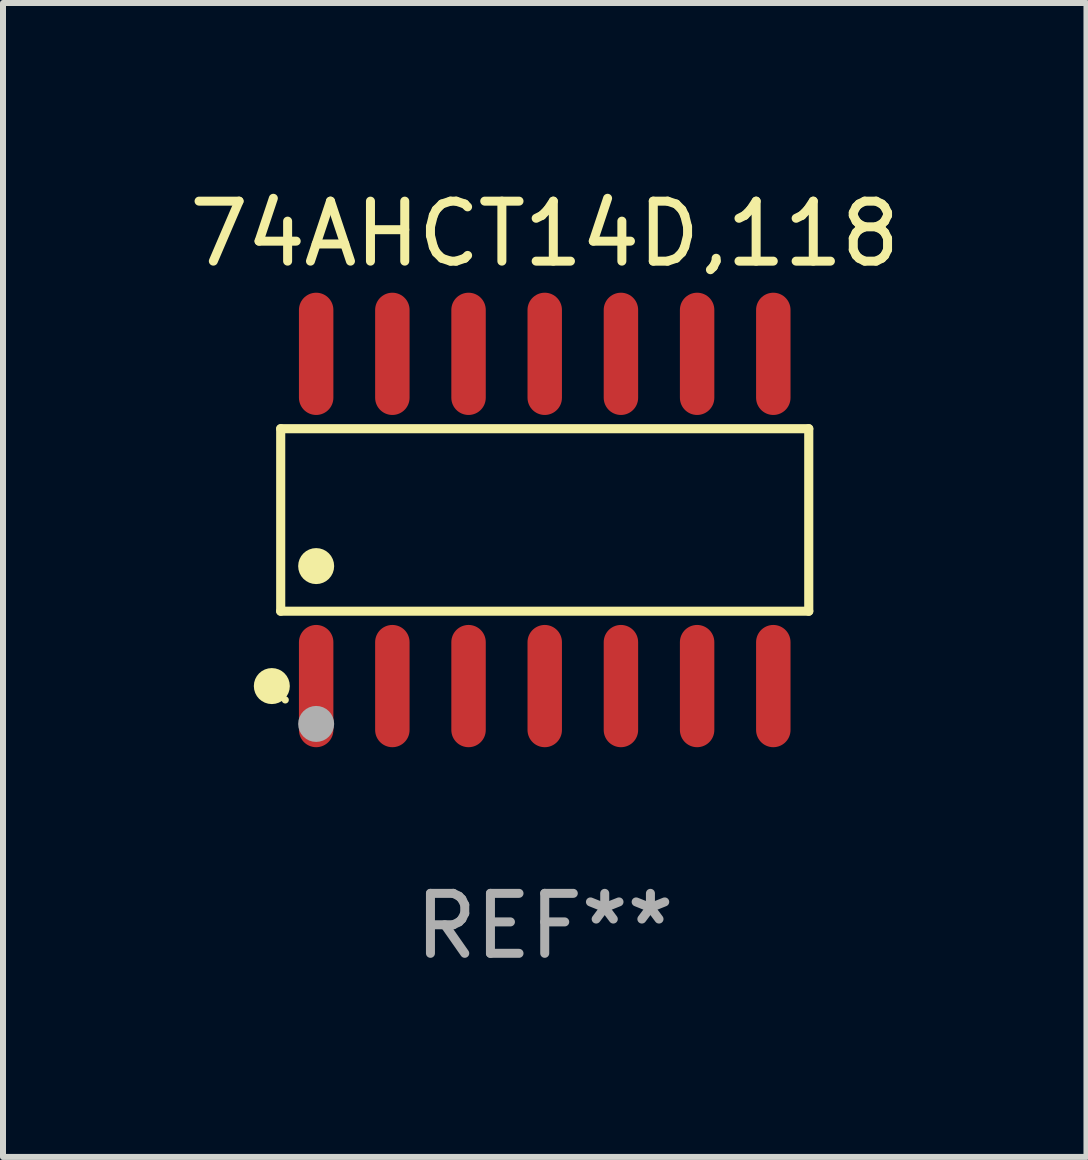
<source format=kicad_pcb>
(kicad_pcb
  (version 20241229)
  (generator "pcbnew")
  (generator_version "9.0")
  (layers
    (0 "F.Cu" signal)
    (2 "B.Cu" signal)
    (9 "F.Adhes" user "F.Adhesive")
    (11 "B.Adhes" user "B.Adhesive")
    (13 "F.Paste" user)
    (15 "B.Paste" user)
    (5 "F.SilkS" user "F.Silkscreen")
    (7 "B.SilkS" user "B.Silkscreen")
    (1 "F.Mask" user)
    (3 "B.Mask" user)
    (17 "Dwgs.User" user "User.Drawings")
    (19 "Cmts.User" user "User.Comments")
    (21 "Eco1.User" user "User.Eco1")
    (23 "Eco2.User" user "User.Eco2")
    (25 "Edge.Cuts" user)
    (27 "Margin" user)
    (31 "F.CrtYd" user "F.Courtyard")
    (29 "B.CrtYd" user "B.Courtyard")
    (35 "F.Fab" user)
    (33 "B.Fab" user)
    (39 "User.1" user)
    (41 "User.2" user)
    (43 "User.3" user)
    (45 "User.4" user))
  (footprint "74AHCT14D,118"
    (layer "F.Cu")
    (at 6.03 5.617)
    (property "Reference" "74AHCT14D,118" (at 0 -4.769 0) (layer "F.SilkS") (effects (font (size 1 1) (thickness 0.15))))
    (attr through_hole)
    (fp_line (start -4.401 -1.521) (end 4.401 -1.521) (stroke (width 0.152) (type solid)) (layer "F.SilkS"))
    (fp_line (start -4.401 1.521) (end -4.401 -1.521) (stroke (width 0.152) (type solid)) (layer "F.SilkS"))
    (fp_line (start 4.401 -1.521) (end 4.401 1.521) (stroke (width 0.152) (type solid)) (layer "F.SilkS"))
    (fp_line (start 4.401 1.521) (end -4.401 1.521) (stroke (width 0.152) (type solid)) (layer "F.SilkS"))
    (fp_circle (center -4.549 2.769) (end -4.399 2.769) (stroke (width 0.3) (type solid)) (fill no) (layer "F.SilkS"))
    (fp_circle (center -4.325 3) (end -4.295 3) (stroke (width 0.06) (type solid)) (fill no) (layer "F.SilkS"))
    (fp_circle (center -3.81 0.769) (end -3.66 0.769) (stroke (width 0.3) (type solid)) (fill no) (layer "F.SilkS"))
    (fp_circle (center -3.81 3.4) (end -3.66 3.4) (stroke (width 0.3) (type solid)) (fill no) (layer "F.Fab"))
    (fp_text user "REF**" (at 0 6.769 0) (layer "F.Fab") (effects (font (size 1 1) (thickness 0.15))))
    (pad "1" smd oval (at -3.81 2.769) (size 0.574 2.038) (layers "F.Cu" "F.Mask" "F.Paste"))
    (pad "2" smd oval (at -2.54 2.769) (size 0.574 2.038) (layers "F.Cu" "F.Mask" "F.Paste"))
    (pad "3" smd oval (at -1.27 2.769) (size 0.574 2.038) (layers "F.Cu" "F.Mask" "F.Paste"))
    (pad "4" smd oval (at 0 2.769) (size 0.574 2.038) (layers "F.Cu" "F.Mask" "F.Paste"))
    (pad "5" smd oval (at 1.27 2.769) (size 0.574 2.038) (layers "F.Cu" "F.Mask" "F.Paste"))
    (pad "6" smd oval (at 2.54 2.769) (size 0.574 2.038) (layers "F.Cu" "F.Mask" "F.Paste"))
    (pad "7" smd oval (at 3.81 2.769) (size 0.574 2.038) (layers "F.Cu" "F.Mask" "F.Paste"))
    (pad "8" smd oval (at 3.81 -2.769) (size 0.574 2.038) (layers "F.Cu" "F.Mask" "F.Paste"))
    (pad "9" smd oval (at 2.54 -2.769) (size 0.574 2.038) (layers "F.Cu" "F.Mask" "F.Paste"))
    (pad "10" smd oval (at 1.27 -2.769) (size 0.574 2.038) (layers "F.Cu" "F.Mask" "F.Paste"))
    (pad "11" smd oval (at 0 -2.769) (size 0.574 2.038) (layers "F.Cu" "F.Mask" "F.Paste"))
    (pad "12" smd oval (at -1.27 -2.769) (size 0.574 2.038) (layers "F.Cu" "F.Mask" "F.Paste"))
    (pad "13" smd oval (at -2.54 -2.769) (size 0.574 2.038) (layers "F.Cu" "F.Mask" "F.Paste"))
    (pad "14" smd oval (at -3.81 -2.769) (size 0.574 2.038) (layers "F.Cu" "F.Mask" "F.Paste")))
  (gr_rect
    (start -3 -3)
    (end 15.06 16.235)
    (stroke (width 0.1) (type default))
    (fill no)
    (layer "Edge.Cuts")))
</source>
